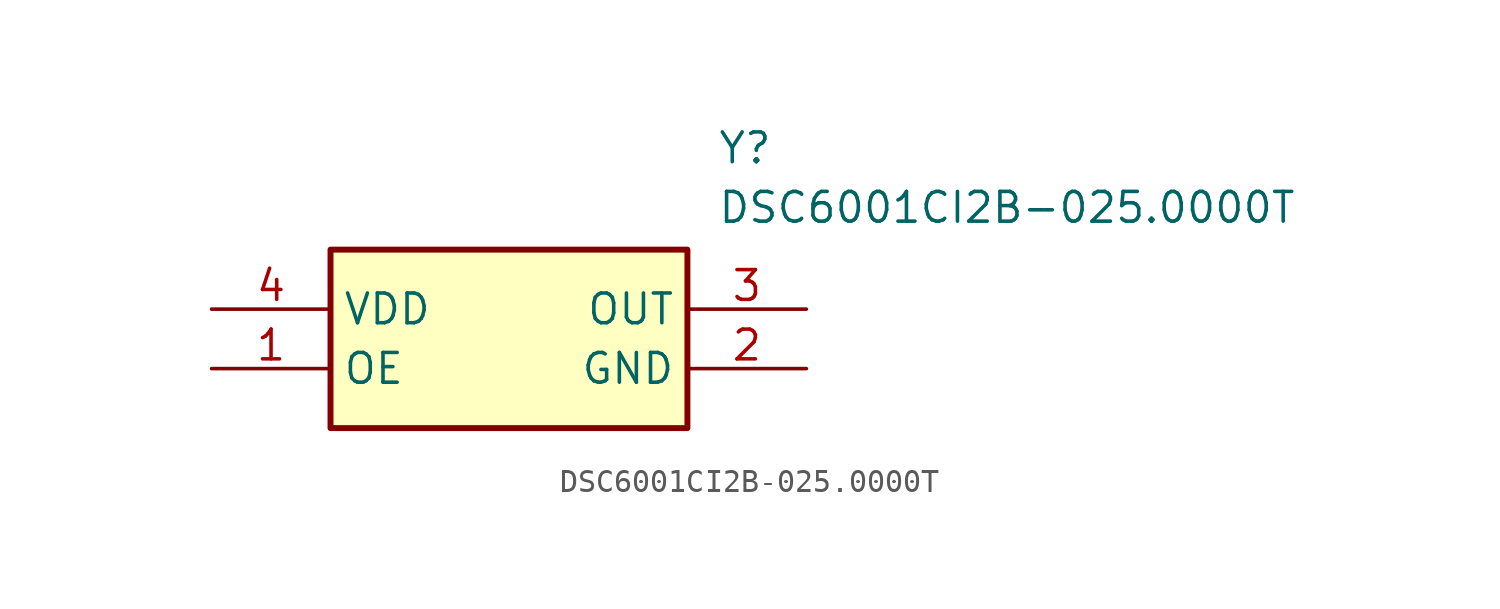
<source format=kicad_sym>
(kicad_symbol_lib
  (version 20211014)
  (generator SamacSys_ECAD_Model)
  (symbol "DSC6001CI2B-025.0000T"
    (property "Reference" "Y"
      (at 21.59 7.62 0)
      (effects (font (size 1.27 1.27)) (justify left top)))
    (property "Value" "DSC6001CI2B-025.0000T"
      (at 21.59 5.08 0)
      (effects (font (size 1.27 1.27)) (justify left top)))
    (rectangle
      (start 5.08 2.54)
      (end 20.32 -5.08)
      (stroke (width 0.254) (type default))
      (fill (type background)))
    (pin passive line
      (at 0 -2.54 0)
      (length 5.08)
      (name "OE" (effects (font (size 1.27 1.27))))
      (number "1" (effects (font (size 1.27 1.27)))))
    (pin passive line
      (at 25.4 -2.54 180)
      (length 5.08)
      (name "GND" (effects (font (size 1.27 1.27))))
      (number "2" (effects (font (size 1.27 1.27)))))
    (pin passive line
      (at 25.4 0 180)
      (length 5.08)
      (name "OUT" (effects (font (size 1.27 1.27))))
      (number "3" (effects (font (size 1.27 1.27)))))
    (pin passive line
      (at 0 0 0)
      (length 5.08)
      (name "VDD" (effects (font (size 1.27 1.27))))
      (number "4" (effects (font (size 1.27 1.27)))))))
</source>
